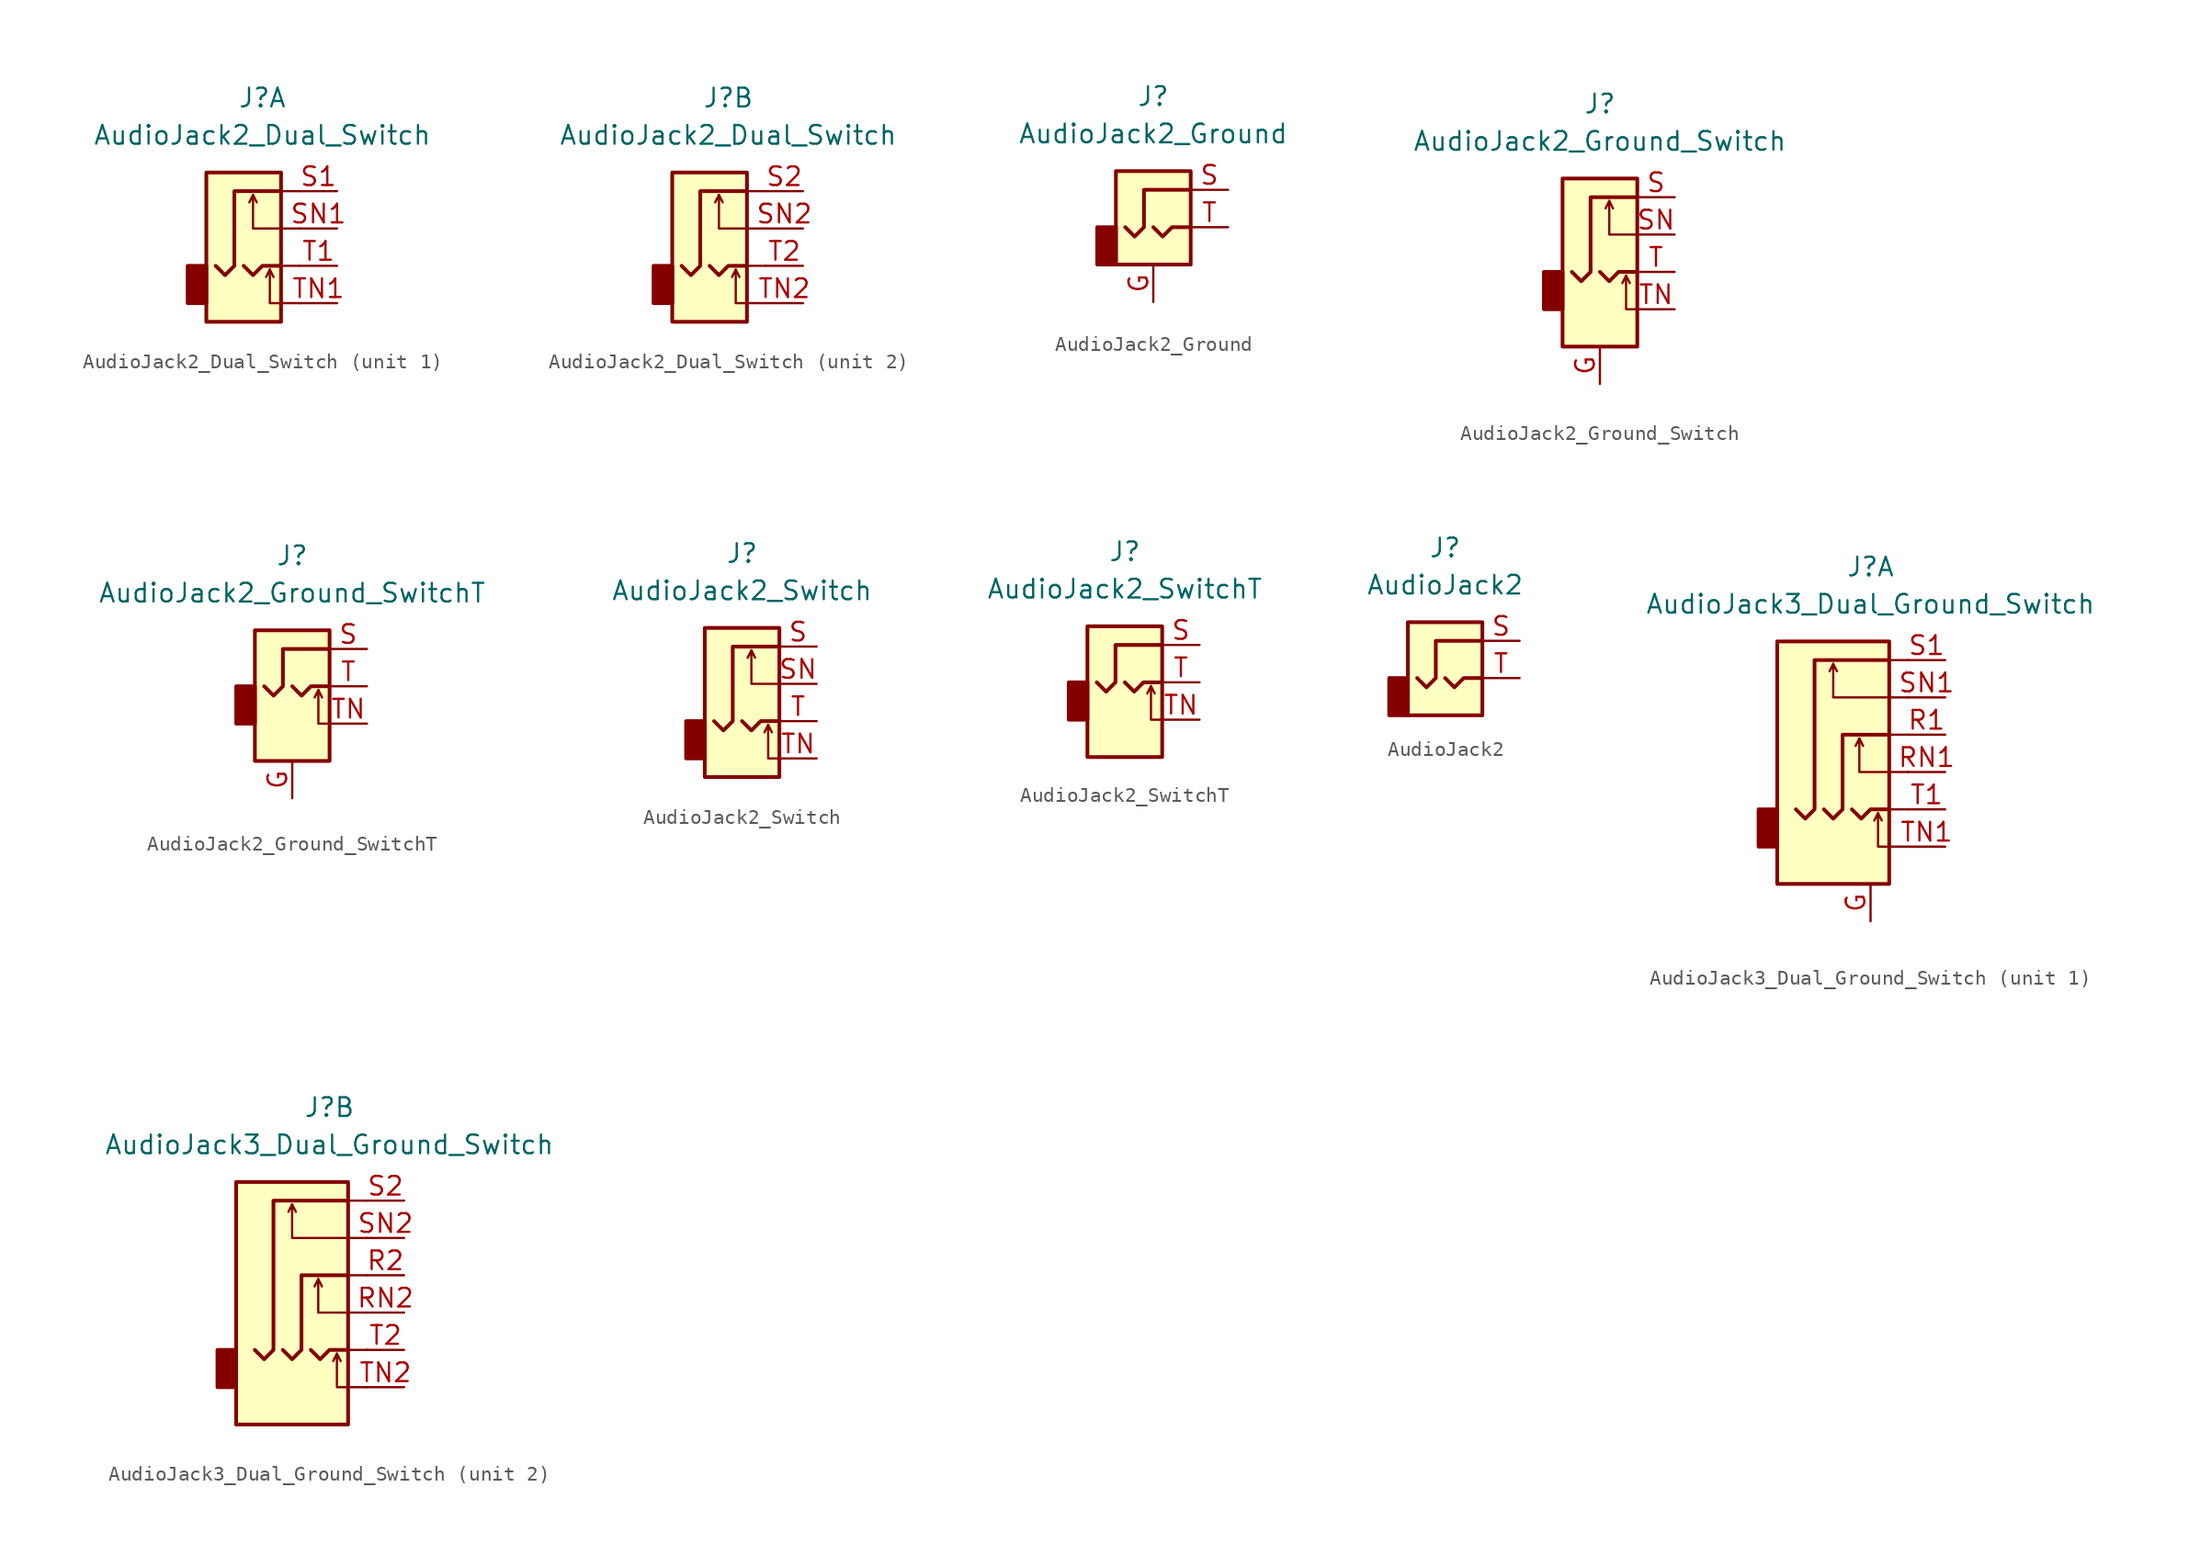
<source format=kicad_sym>
(kicad_symbol_lib
  (version 20220914)
  (generator kicad_symbol_editor)
  (symbol "AudioJack2_Dual_Switch"
    (property "Reference" "J"
      (at 0 11.43 0)
      (effects (font (size 1.27 1.27))))
    (property "Value" "AudioJack2_Dual_Switch"
      (at 0 8.89 0)
      (effects (font (size 1.27 1.27))))
    (symbol "AudioJack2_Dual_Switch_0_1"
      (rectangle (start -3.81 -2.54) (end -5.08 0) (stroke (width 0.254) (type solid)) (fill (type outline)))
      (polyline (pts (xy -0.635 4.826) (xy -0.381 4.318)) (stroke (width 0) (type solid)) (fill (type none)))
      (polyline (pts (xy 0.508 -0.254) (xy 0.762 -0.762)) (stroke (width 0) (type solid)) (fill (type none)))
      (polyline (pts (xy 1.27 -2.54) (xy 2.54 -2.54)) (stroke (width 0) (type solid)) (fill (type none)))
      (polyline (pts (xy 1.27 2.54) (xy 2.54 2.54)) (stroke (width 0) (type solid)) (fill (type none)))
      (polyline (pts (xy 2.54 0) (xy 1.27 0)) (stroke (width 0) (type solid)) (fill (type none)))
      (polyline (pts (xy 2.54 5.08) (xy 1.27 5.08)) (stroke (width 0) (type solid)) (fill (type none)))
      (polyline (pts (xy -1.27 0) (xy -0.635 -0.635) (xy 0 0) (xy 1.27 0)) (stroke (width 0.254) (type solid)) (fill (type none)))
      (polyline (pts (xy 1.27 -2.54) (xy 0.508 -2.54) (xy 0.508 -0.254) (xy 0.254 -0.762)) (stroke (width 0) (type solid)) (fill (type none)))
      (polyline (pts (xy 1.27 2.54) (xy -0.635 2.54) (xy -0.635 4.826) (xy -0.889 4.318)) (stroke (width 0) (type solid)) (fill (type none)))
      (polyline (pts (xy 1.27 5.08) (xy -1.905 5.08) (xy -1.905 0) (xy -2.54 -0.635) (xy -3.175 0)) (stroke (width 0.254) (type solid)) (fill (type none)))
      (rectangle (start 1.27 6.35) (end -3.81 -3.81) (stroke (width 0.254) (type solid)) (fill (type background))))
    (symbol "AudioJack2_Dual_Switch_1_1"
      (pin passive line (at 5.08 5.08 180) (length 2.54) (name "~" (effects (font (size 1.27 1.27)))) (number "S1" (effects (font (size 1.27 1.27)))))
      (pin passive line (at 5.08 2.54 180) (length 2.54) (name "~" (effects (font (size 1.27 1.27)))) (number "SN1" (effects (font (size 1.27 1.27)))))
      (pin passive line (at 5.08 0 180) (length 2.54) (name "~" (effects (font (size 1.27 1.27)))) (number "T1" (effects (font (size 1.27 1.27)))))
      (pin passive line (at 5.08 -2.54 180) (length 2.54) (name "~" (effects (font (size 1.27 1.27)))) (number "TN1" (effects (font (size 1.27 1.27))))))
    (symbol "AudioJack2_Dual_Switch_2_1"
      (pin passive line (at 5.08 5.08 180) (length 2.54) (name "~" (effects (font (size 1.27 1.27)))) (number "S2" (effects (font (size 1.27 1.27)))))
      (pin passive line (at 5.08 2.54 180) (length 2.54) (name "~" (effects (font (size 1.27 1.27)))) (number "SN2" (effects (font (size 1.27 1.27)))))
      (pin passive line (at 5.08 0 180) (length 2.54) (name "~" (effects (font (size 1.27 1.27)))) (number "T2" (effects (font (size 1.27 1.27)))))
      (pin passive line (at 5.08 -2.54 180) (length 2.54) (name "~" (effects (font (size 1.27 1.27)))) (number "TN2" (effects (font (size 1.27 1.27)))))))
  (symbol "AudioJack2_Ground"
    (property "Reference" "J"
      (at 0 8.89 0)
      (effects (font (size 1.27 1.27))))
    (property "Value" "AudioJack2_Ground"
      (at 0 6.35 0)
      (effects (font (size 1.27 1.27))))
    (symbol "AudioJack2_Ground_0_1"
      (rectangle (start -2.54 -2.54) (end -3.81 0) (stroke (width 0.254) (type solid)) (fill (type outline)))
      (polyline (pts (xy 0 0) (xy 0.635 -0.635) (xy 1.27 0) (xy 2.54 0)) (stroke (width 0.254) (type solid)) (fill (type none)))
      (polyline (pts (xy 2.54 2.54) (xy -0.635 2.54) (xy -0.635 0) (xy -1.27 -0.635) (xy -1.905 0)) (stroke (width 0.254) (type solid)) (fill (type none)))
      (rectangle (start 2.54 3.81) (end -2.54 -2.54) (stroke (width 0.254) (type solid)) (fill (type background))))
    (symbol "AudioJack2_Ground_1_1"
      (pin passive line (at 0 -5.08 90) (length 2.54) (name "~" (effects (font (size 1.27 1.27)))) (number "G" (effects (font (size 1.27 1.27)))))
      (pin passive line (at 5.08 2.54 180) (length 2.54) (name "~" (effects (font (size 1.27 1.27)))) (number "S" (effects (font (size 1.27 1.27)))))
      (pin passive line (at 5.08 0 180) (length 2.54) (name "~" (effects (font (size 1.27 1.27)))) (number "T" (effects (font (size 1.27 1.27)))))))
  (symbol "AudioJack2_Ground_Switch"
    (property "Reference" "J"
      (at 0 11.43 0)
      (effects (font (size 1.27 1.27))))
    (property "Value" "AudioJack2_Ground_Switch"
      (at 0 8.89 0)
      (effects (font (size 1.27 1.27))))
    (symbol "AudioJack2_Ground_Switch_0_1"
      (rectangle (start -2.54 -2.54) (end -3.81 0) (stroke (width 0.254) (type solid)) (fill (type outline)))
      (rectangle (start 2.54 6.35) (end -2.54 -5.08) (stroke (width 0.254) (type solid)) (fill (type background))))
    (symbol "AudioJack2_Ground_Switch_1_1"
      (polyline (pts (xy 0.635 4.826) (xy 0.889 4.318)) (stroke (width 0) (type solid)) (fill (type none)))
      (polyline (pts (xy 1.778 -0.254) (xy 2.032 -0.762)) (stroke (width 0) (type solid)) (fill (type none)))
      (polyline (pts (xy 0 0) (xy 0.635 -0.635) (xy 1.27 0) (xy 2.54 0)) (stroke (width 0.254) (type solid)) (fill (type none)))
      (polyline (pts (xy 2.54 -2.54) (xy 1.778 -2.54) (xy 1.778 -0.254) (xy 1.524 -0.762)) (stroke (width 0) (type solid)) (fill (type none)))
      (polyline (pts (xy 2.54 2.54) (xy 0.635 2.54) (xy 0.635 4.826) (xy 0.381 4.318)) (stroke (width 0) (type solid)) (fill (type none)))
      (polyline (pts (xy 2.54 5.08) (xy -0.635 5.08) (xy -0.635 0) (xy -1.27 -0.635) (xy -1.905 0)) (stroke (width 0.254) (type solid)) (fill (type none)))
      (pin passive line (at 0 -7.62 90) (length 2.54) (name "~" (effects (font (size 1.27 1.27)))) (number "G" (effects (font (size 1.27 1.27)))))
      (pin passive line (at 5.08 5.08 180) (length 2.54) (name "~" (effects (font (size 1.27 1.27)))) (number "S" (effects (font (size 1.27 1.27)))))
      (pin passive line (at 5.08 2.54 180) (length 2.54) (name "~" (effects (font (size 1.27 1.27)))) (number "SN" (effects (font (size 1.27 1.27)))))
      (pin passive line (at 5.08 0 180) (length 2.54) (name "~" (effects (font (size 1.27 1.27)))) (number "T" (effects (font (size 1.27 1.27)))))
      (pin passive line (at 5.08 -2.54 180) (length 2.54) (name "~" (effects (font (size 1.27 1.27)))) (number "TN" (effects (font (size 1.27 1.27)))))))
  (symbol "AudioJack2_Ground_SwitchT"
    (property "Reference" "J"
      (at 0 8.89 0)
      (effects (font (size 1.27 1.27))))
    (property "Value" "AudioJack2_Ground_SwitchT"
      (at 0 6.35 0)
      (effects (font (size 1.27 1.27))))
    (symbol "AudioJack2_Ground_SwitchT_0_1"
      (rectangle (start -2.54 0) (end -3.81 -2.54) (stroke (width 0.254) (type solid)) (fill (type outline)))
      (polyline (pts (xy 1.778 -0.254) (xy 2.032 -0.762)) (stroke (width 0) (type solid)) (fill (type none)))
      (polyline (pts (xy 0 0) (xy 0.635 -0.635) (xy 1.27 0) (xy 2.54 0)) (stroke (width 0.254) (type solid)) (fill (type none)))
      (polyline (pts (xy 2.54 -2.54) (xy 1.778 -2.54) (xy 1.778 -0.254) (xy 1.524 -0.762)) (stroke (width 0) (type solid)) (fill (type none)))
      (polyline (pts (xy 2.54 2.54) (xy -0.635 2.54) (xy -0.635 0) (xy -1.27 -0.635) (xy -1.905 0)) (stroke (width 0.254) (type solid)) (fill (type none)))
      (rectangle (start 2.54 3.81) (end -2.54 -5.08) (stroke (width 0.254) (type solid)) (fill (type background))))
    (symbol "AudioJack2_Ground_SwitchT_1_1"
      (pin passive line (at 0 -7.62 90) (length 2.54) (name "~" (effects (font (size 1.27 1.27)))) (number "G" (effects (font (size 1.27 1.27)))))
      (pin passive line (at 5.08 2.54 180) (length 2.54) (name "~" (effects (font (size 1.27 1.27)))) (number "S" (effects (font (size 1.27 1.27)))))
      (pin passive line (at 5.08 0 180) (length 2.54) (name "~" (effects (font (size 1.27 1.27)))) (number "T" (effects (font (size 1.27 1.27)))))
      (pin passive line (at 5.08 -2.54 180) (length 2.54) (name "~" (effects (font (size 1.27 1.27)))) (number "TN" (effects (font (size 1.27 1.27)))))))
  (symbol "AudioJack2_Switch"
    (property "Reference" "J"
      (at 0 11.43 0)
      (effects (font (size 1.27 1.27))))
    (property "Value" "AudioJack2_Switch"
      (at 0 8.89 0)
      (effects (font (size 1.27 1.27))))
    (symbol "AudioJack2_Switch_0_1"
      (rectangle (start -2.54 0) (end -3.81 -2.54) (stroke (width 0.254) (type solid)) (fill (type outline)))
      (rectangle (start 2.54 6.35) (end -2.54 -3.81) (stroke (width 0.254) (type solid)) (fill (type background))))
    (symbol "AudioJack2_Switch_1_1"
      (polyline (pts (xy 0.635 4.826) (xy 0.889 4.318)) (stroke (width 0) (type solid)) (fill (type none)))
      (polyline (pts (xy 1.778 -0.254) (xy 2.032 -0.762)) (stroke (width 0) (type solid)) (fill (type none)))
      (polyline (pts (xy 0 0) (xy 0.635 -0.635) (xy 1.27 0) (xy 2.54 0)) (stroke (width 0.254) (type solid)) (fill (type none)))
      (polyline (pts (xy 2.54 -2.54) (xy 1.778 -2.54) (xy 1.778 -0.254) (xy 1.524 -0.762)) (stroke (width 0) (type solid)) (fill (type none)))
      (polyline (pts (xy 2.54 2.54) (xy 0.635 2.54) (xy 0.635 4.826) (xy 0.381 4.318)) (stroke (width 0) (type solid)) (fill (type none)))
      (polyline (pts (xy 2.54 5.08) (xy -0.635 5.08) (xy -0.635 0) (xy -1.27 -0.635) (xy -1.905 0)) (stroke (width 0.254) (type solid)) (fill (type none)))
      (pin passive line (at 5.08 5.08 180) (length 2.54) (name "~" (effects (font (size 1.27 1.27)))) (number "S" (effects (font (size 1.27 1.27)))))
      (pin passive line (at 5.08 2.54 180) (length 2.54) (name "~" (effects (font (size 1.27 1.27)))) (number "SN" (effects (font (size 1.27 1.27)))))
      (pin passive line (at 5.08 0 180) (length 2.54) (name "~" (effects (font (size 1.27 1.27)))) (number "T" (effects (font (size 1.27 1.27)))))
      (pin passive line (at 5.08 -2.54 180) (length 2.54) (name "~" (effects (font (size 1.27 1.27)))) (number "TN" (effects (font (size 1.27 1.27)))))))
  (symbol "AudioJack2_SwitchT"
    (property "Reference" "J"
      (at 0 8.89 0)
      (effects (font (size 1.27 1.27))))
    (property "Value" "AudioJack2_SwitchT"
      (at 0 6.35 0)
      (effects (font (size 1.27 1.27))))
    (symbol "AudioJack2_SwitchT_0_1"
      (rectangle (start -2.54 0) (end -3.81 -2.54) (stroke (width 0.254) (type solid)) (fill (type outline)))
      (polyline (pts (xy 1.778 -0.254) (xy 2.032 -0.762)) (stroke (width 0) (type solid)) (fill (type none)))
      (polyline (pts (xy 0 0) (xy 0.635 -0.635) (xy 1.27 0) (xy 2.54 0)) (stroke (width 0.254) (type solid)) (fill (type none)))
      (polyline (pts (xy 2.54 -2.54) (xy 1.778 -2.54) (xy 1.778 -0.254) (xy 1.524 -0.762)) (stroke (width 0) (type solid)) (fill (type none)))
      (polyline (pts (xy 2.54 2.54) (xy -0.635 2.54) (xy -0.635 0) (xy -1.27 -0.635) (xy -1.905 0)) (stroke (width 0.254) (type solid)) (fill (type none)))
      (rectangle (start 2.54 3.81) (end -2.54 -5.08) (stroke (width 0.254) (type solid)) (fill (type background))))
    (symbol "AudioJack2_SwitchT_1_1"
      (pin passive line (at 5.08 2.54 180) (length 2.54) (name "~" (effects (font (size 1.27 1.27)))) (number "S" (effects (font (size 1.27 1.27)))))
      (pin passive line (at 5.08 0 180) (length 2.54) (name "~" (effects (font (size 1.27 1.27)))) (number "T" (effects (font (size 1.27 1.27)))))
      (pin passive line (at 5.08 -2.54 180) (length 2.54) (name "~" (effects (font (size 1.27 1.27)))) (number "TN" (effects (font (size 1.27 1.27)))))))
  (symbol "AudioJack2"
    (property "Reference" "J"
      (at 0 8.89 0)
      (effects (font (size 1.27 1.27))))
    (property "Value" "AudioJack2"
      (at 0 6.35 0)
      (effects (font (size 1.27 1.27))))
    (symbol "AudioJack2_0_1"
      (rectangle (start -3.81 0) (end -2.54 -2.54) (stroke (width 0.254) (type solid)) (fill (type outline)))
      (rectangle (start -2.54 3.81) (end 2.54 -2.54) (stroke (width 0.254) (type solid)) (fill (type background)))
      (polyline (pts (xy 0 0) (xy 0.635 -0.635) (xy 1.27 0) (xy 2.54 0)) (stroke (width 0.254) (type solid)) (fill (type none)))
      (polyline (pts (xy 2.54 2.54) (xy -0.635 2.54) (xy -0.635 0) (xy -1.27 -0.635) (xy -1.905 0)) (stroke (width 0.254) (type solid)) (fill (type none))))
    (symbol "AudioJack2_1_1"
      (pin passive line (at 5.08 2.54 180) (length 2.54) (name "~" (effects (font (size 1.27 1.27)))) (number "S" (effects (font (size 1.27 1.27)))))
      (pin passive line (at 5.08 0 180) (length 2.54) (name "~" (effects (font (size 1.27 1.27)))) (number "T" (effects (font (size 1.27 1.27)))))))
  (symbol "AudioJack3_Dual_Ground_Switch"
    (property "Reference" "J"
      (at 0 11.43 0)
      (effects (font (size 1.27 1.27))))
    (property "Value" "AudioJack3_Dual_Ground_Switch"
      (at 0 8.89 0)
      (effects (font (size 1.27 1.27))))
    (symbol "AudioJack3_Dual_Ground_Switch_0_1"
      (rectangle (start -6.35 -5.08) (end -7.62 -7.62) (stroke (width 0.254) (type solid)) (fill (type outline)))
      (polyline (pts (xy -2.54 4.826) (xy -2.286 4.318)) (stroke (width 0) (type solid)) (fill (type none)))
      (polyline (pts (xy -0.762 -0.254) (xy -0.508 -0.762)) (stroke (width 0) (type solid)) (fill (type none)))
      (polyline (pts (xy 0.508 -5.334) (xy 0.762 -5.842)) (stroke (width 0) (type solid)) (fill (type none)))
      (polyline (pts (xy 1.27 0) (xy 2.54 0)) (stroke (width 0) (type solid)) (fill (type none)))
      (polyline (pts (xy 2.54 -5.08) (xy 1.27 -5.08)) (stroke (width 0) (type solid)) (fill (type none)))
      (polyline (pts (xy 2.54 5.08) (xy 1.27 5.08)) (stroke (width 0) (type solid)) (fill (type none)))
      (polyline (pts (xy -1.27 -5.08) (xy -0.635 -5.715) (xy 0 -5.08) (xy 1.27 -5.08)) (stroke (width 0.254) (type solid)) (fill (type none)))
      (polyline (pts (xy 2.54 -7.62) (xy 0.508 -7.62) (xy 0.508 -5.334) (xy 0.254 -5.842)) (stroke (width 0) (type solid)) (fill (type none)))
      (polyline (pts (xy 2.54 -2.54) (xy -0.762 -2.54) (xy -0.762 -0.254) (xy -1.016 -0.762)) (stroke (width 0) (type solid)) (fill (type none)))
      (polyline (pts (xy 2.54 2.54) (xy -2.54 2.54) (xy -2.54 4.826) (xy -2.794 4.318)) (stroke (width 0) (type solid)) (fill (type none)))
      (polyline (pts (xy -3.175 -5.08) (xy -2.54 -5.715) (xy -1.905 -5.08) (xy -1.905 0) (xy 1.27 0)) (stroke (width 0.254) (type solid)) (fill (type none)))
      (polyline (pts (xy 1.27 5.08) (xy -3.81 5.08) (xy -3.81 -5.08) (xy -4.445 -5.715) (xy -5.08 -5.08)) (stroke (width 0.254) (type solid)) (fill (type none)))
      (rectangle (start 1.27 6.35) (end -6.35 -10.16) (stroke (width 0.254) (type solid)) (fill (type background))))
    (symbol "AudioJack3_Dual_Ground_Switch_1_1"
      (pin passive line (at 0 -12.7 90) (length 2.54) (name "~" (effects (font (size 1.27 1.27)))) (number "G" (effects (font (size 1.27 1.27)))))
      (pin passive line (at 5.08 0 180) (length 2.54) (name "~" (effects (font (size 1.27 1.27)))) (number "R1" (effects (font (size 1.27 1.27)))))
      (pin passive line (at 5.08 -2.54 180) (length 2.54) (name "~" (effects (font (size 1.27 1.27)))) (number "RN1" (effects (font (size 1.27 1.27)))))
      (pin passive line (at 5.08 5.08 180) (length 2.54) (name "~" (effects (font (size 1.27 1.27)))) (number "S1" (effects (font (size 1.27 1.27)))))
      (pin passive line (at 5.08 2.54 180) (length 2.54) (name "~" (effects (font (size 1.27 1.27)))) (number "SN1" (effects (font (size 1.27 1.27)))))
      (pin passive line (at 5.08 -5.08 180) (length 2.54) (name "~" (effects (font (size 1.27 1.27)))) (number "T1" (effects (font (size 1.27 1.27)))))
      (pin passive line (at 5.08 -7.62 180) (length 2.54) (name "~" (effects (font (size 1.27 1.27)))) (number "TN1" (effects (font (size 1.27 1.27))))))
    (symbol "AudioJack3_Dual_Ground_Switch_2_1"
      (pin passive line (at 5.08 0 180) (length 2.54) (name "~" (effects (font (size 1.27 1.27)))) (number "R2" (effects (font (size 1.27 1.27)))))
      (pin passive line (at 5.08 -2.54 180) (length 2.54) (name "~" (effects (font (size 1.27 1.27)))) (number "RN2" (effects (font (size 1.27 1.27)))))
      (pin passive line (at 5.08 5.08 180) (length 2.54) (name "~" (effects (font (size 1.27 1.27)))) (number "S2" (effects (font (size 1.27 1.27)))))
      (pin passive line (at 5.08 2.54 180) (length 2.54) (name "~" (effects (font (size 1.27 1.27)))) (number "SN2" (effects (font (size 1.27 1.27)))))
      (pin passive line (at 5.08 -5.08 180) (length 2.54) (name "~" (effects (font (size 1.27 1.27)))) (number "T2" (effects (font (size 1.27 1.27)))))
      (pin passive line (at 5.08 -7.62 180) (length 2.54) (name "~" (effects (font (size 1.27 1.27)))) (number "TN2" (effects (font (size 1.27 1.27))))))))
</source>
